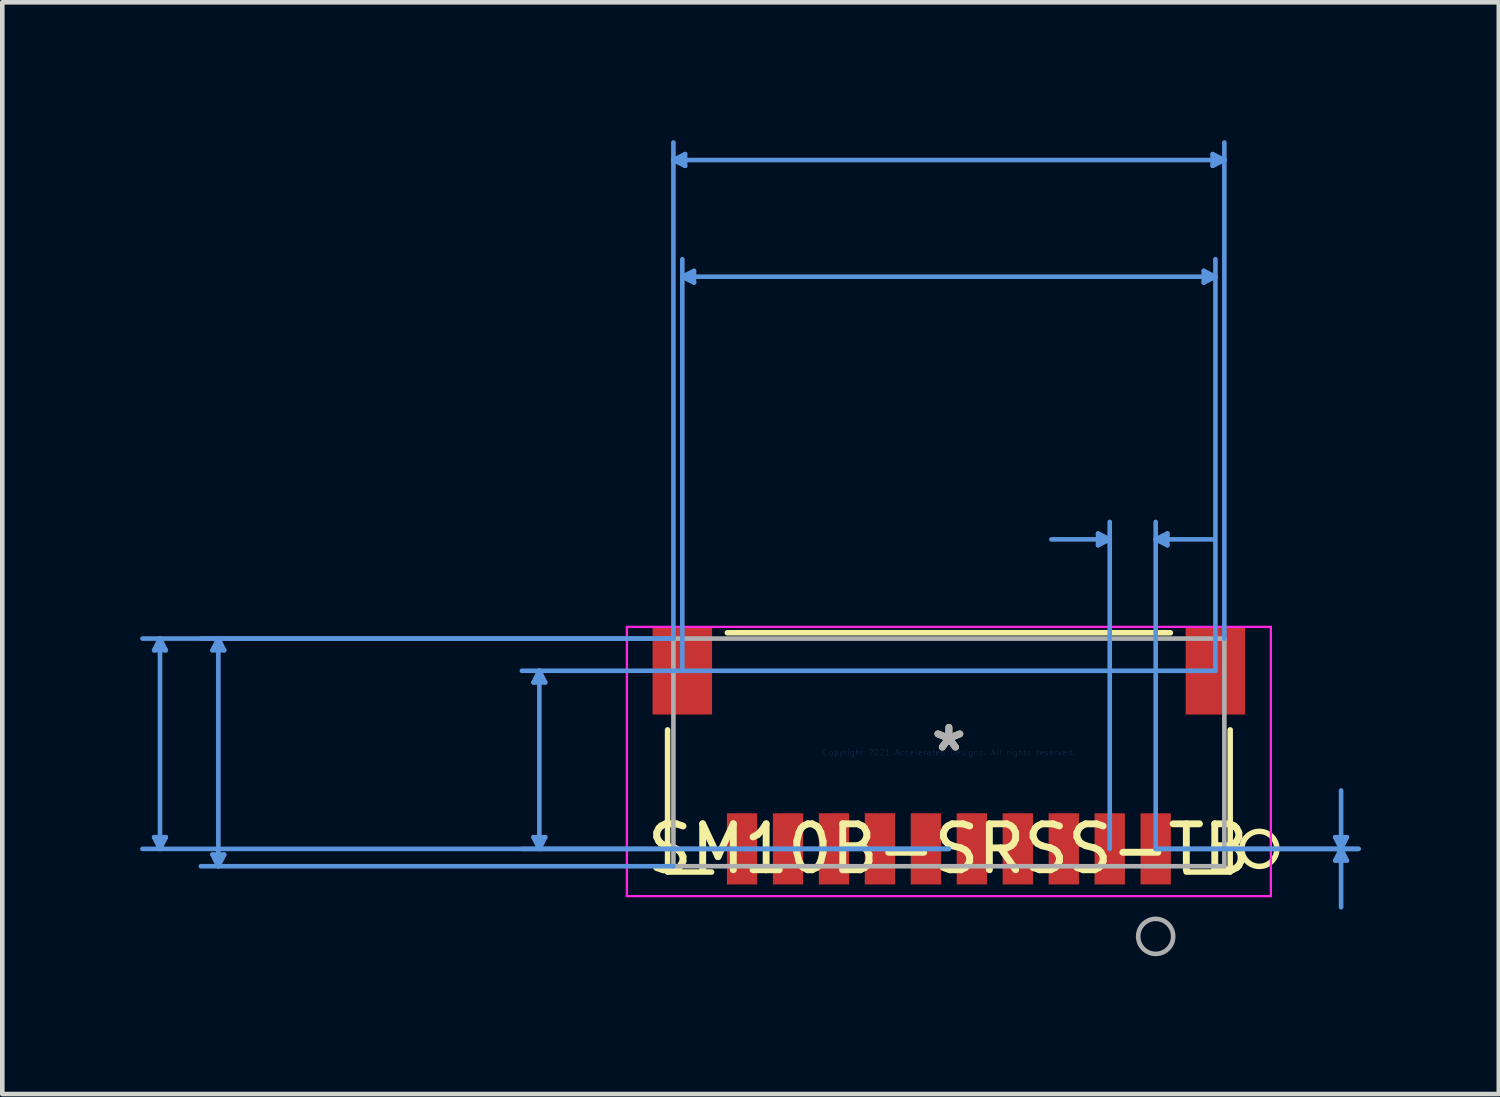
<source format=kicad_pcb>
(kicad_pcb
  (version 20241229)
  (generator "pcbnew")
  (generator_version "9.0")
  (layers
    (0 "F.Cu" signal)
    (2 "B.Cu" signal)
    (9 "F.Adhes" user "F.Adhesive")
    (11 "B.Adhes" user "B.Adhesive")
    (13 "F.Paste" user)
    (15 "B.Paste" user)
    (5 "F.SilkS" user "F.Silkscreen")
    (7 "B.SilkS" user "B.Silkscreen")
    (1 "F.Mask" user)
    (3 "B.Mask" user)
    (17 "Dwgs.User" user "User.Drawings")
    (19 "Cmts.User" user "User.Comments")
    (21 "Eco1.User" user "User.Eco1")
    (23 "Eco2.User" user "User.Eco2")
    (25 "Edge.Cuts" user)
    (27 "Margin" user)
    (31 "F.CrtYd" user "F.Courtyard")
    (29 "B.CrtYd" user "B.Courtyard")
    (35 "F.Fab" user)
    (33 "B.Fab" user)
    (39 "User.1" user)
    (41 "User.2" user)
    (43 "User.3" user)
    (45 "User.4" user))
  (footprint "SM10B-SRSS-TB"
    (layer "F.Cu")
    (at 17.597 13.322)
    (property "Reference" "SM10B-SRSS-TB" (at 0 2.099 0) (layer "F.SilkS") (effects (font (size 1 1) (thickness 0.15))))
    (attr smd)
    (fp_line (start -6.121 -0.491) (end -6.121 2.603) (stroke (width 0.12) (type solid)) (layer "F.SilkS"))
    (fp_line (start -6.121 2.603) (end -5.163 2.603) (stroke (width 0.12) (type solid)) (layer "F.SilkS"))
    (fp_line (start 4.82 -2.603) (end -4.82 -2.603) (stroke (width 0.12) (type solid)) (layer "F.SilkS"))
    (fp_line (start 5.163 2.603) (end 6.121 2.603) (stroke (width 0.12) (type solid)) (layer "F.SilkS"))
    (fp_line (start 6.121 2.603) (end 6.121 -0.491) (stroke (width 0.12) (type solid)) (layer "F.SilkS"))
    (fp_circle (center 6.756 2.099) (end 7.137 2.099) (stroke (width 0.12) (type solid)) (fill no) (layer "F.SilkS"))
    (fp_line (start -17.293 -2.223) (end -17.039 -2.223) (stroke (width 0.1) (type solid)) (layer "Cmts.User"))
    (fp_line (start -17.293 1.845) (end -17.039 1.845) (stroke (width 0.1) (type solid)) (layer "Cmts.User"))
    (fp_line (start -17.166 -2.477) (end -17.293 -2.223) (stroke (width 0.1) (type solid)) (layer "Cmts.User"))
    (fp_line (start -17.166 -2.477) (end -17.166 2.099) (stroke (width 0.1) (type solid)) (layer "Cmts.User"))
    (fp_line (start -17.166 -2.477) (end -17.039 -2.223) (stroke (width 0.1) (type solid)) (layer "Cmts.User"))
    (fp_line (start -17.166 2.099) (end -17.293 1.845) (stroke (width 0.1) (type solid)) (layer "Cmts.User"))
    (fp_line (start -17.166 2.099) (end -17.039 1.845) (stroke (width 0.1) (type solid)) (layer "Cmts.User"))
    (fp_line (start -16.023 -2.223) (end -15.769 -2.223) (stroke (width 0.1) (type solid)) (layer "Cmts.User"))
    (fp_line (start -16.023 2.223) (end -15.769 2.223) (stroke (width 0.1) (type solid)) (layer "Cmts.User"))
    (fp_line (start -15.896 -2.477) (end -16.023 -2.223) (stroke (width 0.1) (type solid)) (layer "Cmts.User"))
    (fp_line (start -15.896 -2.477) (end -15.896 2.477) (stroke (width 0.1) (type solid)) (layer "Cmts.User"))
    (fp_line (start -15.896 -2.477) (end -15.769 -2.223) (stroke (width 0.1) (type solid)) (layer "Cmts.User"))
    (fp_line (start -15.896 2.477) (end -16.023 2.223) (stroke (width 0.1) (type solid)) (layer "Cmts.User"))
    (fp_line (start -15.896 2.477) (end -15.769 2.223) (stroke (width 0.1) (type solid)) (layer "Cmts.User"))
    (fp_line (start -9.038 -1.523) (end -8.784 -1.523) (stroke (width 0.1) (type solid)) (layer "Cmts.User"))
    (fp_line (start -9.038 1.845) (end -8.784 1.845) (stroke (width 0.1) (type solid)) (layer "Cmts.User"))
    (fp_line (start -8.911 -1.777) (end -9.038 -1.523) (stroke (width 0.1) (type solid)) (layer "Cmts.User"))
    (fp_line (start -8.911 -1.777) (end -8.911 2.099) (stroke (width 0.1) (type solid)) (layer "Cmts.User"))
    (fp_line (start -8.911 -1.777) (end -8.784 -1.523) (stroke (width 0.1) (type solid)) (layer "Cmts.User"))
    (fp_line (start -8.911 2.099) (end -9.038 1.845) (stroke (width 0.1) (type solid)) (layer "Cmts.User"))
    (fp_line (start -8.911 2.099) (end -8.784 1.845) (stroke (width 0.1) (type solid)) (layer "Cmts.User"))
    (fp_line (start -5.994 -12.89) (end -5.74 -13.018) (stroke (width 0.1) (type solid)) (layer "Cmts.User"))
    (fp_line (start -5.994 -12.89) (end -5.74 -12.764) (stroke (width 0.1) (type solid)) (layer "Cmts.User"))
    (fp_line (start -5.994 -12.89) (end 5.994 -12.89) (stroke (width 0.1) (type solid)) (layer "Cmts.User"))
    (fp_line (start -5.994 -2.477) (end -17.547 -2.477) (stroke (width 0.1) (type solid)) (layer "Cmts.User"))
    (fp_line (start -5.994 -2.477) (end -16.277 -2.477) (stroke (width 0.1) (type solid)) (layer "Cmts.User"))
    (fp_line (start -5.994 -2.477) (end -5.994 -13.271) (stroke (width 0.1) (type solid)) (layer "Cmts.User"))
    (fp_line (start -5.994 2.477) (end -16.277 2.477) (stroke (width 0.1) (type solid)) (layer "Cmts.User"))
    (fp_line (start -5.8 -10.351) (end -5.546 -10.477) (stroke (width 0.1) (type solid)) (layer "Cmts.User"))
    (fp_line (start -5.8 -10.351) (end -5.546 -10.223) (stroke (width 0.1) (type solid)) (layer "Cmts.User"))
    (fp_line (start -5.8 -10.351) (end 5.8 -10.351) (stroke (width 0.1) (type solid)) (layer "Cmts.User"))
    (fp_line (start -5.8 -1.777) (end -5.8 -10.732) (stroke (width 0.1) (type solid)) (layer "Cmts.User"))
    (fp_line (start -5.74 -13.018) (end -5.74 -12.764) (stroke (width 0.1) (type solid)) (layer "Cmts.User"))
    (fp_line (start -5.546 -10.477) (end -5.546 -10.223) (stroke (width 0.1) (type solid)) (layer "Cmts.User"))
    (fp_line (start 0 2.099) (end -17.547 2.099) (stroke (width 0.1) (type solid)) (layer "Cmts.User"))
    (fp_line (start 0 2.099) (end -9.292 2.099) (stroke (width 0.1) (type solid)) (layer "Cmts.User"))
    (fp_line (start 3.246 -4.763) (end 3.246 -4.508) (stroke (width 0.1) (type solid)) (layer "Cmts.User"))
    (fp_line (start 3.5 -4.636) (end 2.23 -4.636) (stroke (width 0.1) (type solid)) (layer "Cmts.User"))
    (fp_line (start 3.5 -4.636) (end 3.246 -4.763) (stroke (width 0.1) (type solid)) (layer "Cmts.User"))
    (fp_line (start 3.5 -4.636) (end 3.246 -4.508) (stroke (width 0.1) (type solid)) (layer "Cmts.User"))
    (fp_line (start 3.5 2.099) (end 3.5 -5.016) (stroke (width 0.1) (type solid)) (layer "Cmts.User"))
    (fp_line (start 4.5 -4.636) (end 4.754 -4.763) (stroke (width 0.1) (type solid)) (layer "Cmts.User"))
    (fp_line (start 4.5 -4.636) (end 4.754 -4.508) (stroke (width 0.1) (type solid)) (layer "Cmts.User"))
    (fp_line (start 4.5 -4.636) (end 5.77 -4.636) (stroke (width 0.1) (type solid)) (layer "Cmts.User"))
    (fp_line (start 4.5 2.099) (end 4.5 -5.016) (stroke (width 0.1) (type solid)) (layer "Cmts.User"))
    (fp_line (start 4.5 2.099) (end 8.915 2.099) (stroke (width 0.1) (type solid)) (layer "Cmts.User"))
    (fp_line (start 4.5 2.099) (end 8.915 2.099) (stroke (width 0.1) (type solid)) (layer "Cmts.User"))
    (fp_line (start 4.754 -4.763) (end 4.754 -4.508) (stroke (width 0.1) (type solid)) (layer "Cmts.User"))
    (fp_line (start 5.546 -10.477) (end 5.546 -10.223) (stroke (width 0.1) (type solid)) (layer "Cmts.User"))
    (fp_line (start 5.74 -13.018) (end 5.74 -12.764) (stroke (width 0.1) (type solid)) (layer "Cmts.User"))
    (fp_line (start 5.8 -10.351) (end 5.546 -10.477) (stroke (width 0.1) (type solid)) (layer "Cmts.User"))
    (fp_line (start 5.8 -10.351) (end 5.546 -10.223) (stroke (width 0.1) (type solid)) (layer "Cmts.User"))
    (fp_line (start 5.8 -1.777) (end -9.292 -1.777) (stroke (width 0.1) (type solid)) (layer "Cmts.User"))
    (fp_line (start 5.8 -1.777) (end 5.8 -10.732) (stroke (width 0.1) (type solid)) (layer "Cmts.User"))
    (fp_line (start 5.994 -12.89) (end 5.74 -13.018) (stroke (width 0.1) (type solid)) (layer "Cmts.User"))
    (fp_line (start 5.994 -12.89) (end 5.74 -12.764) (stroke (width 0.1) (type solid)) (layer "Cmts.User"))
    (fp_line (start 5.994 -2.477) (end 5.994 -13.271) (stroke (width 0.1) (type solid)) (layer "Cmts.User"))
    (fp_line (start 8.407 1.845) (end 8.661 1.845) (stroke (width 0.1) (type solid)) (layer "Cmts.User"))
    (fp_line (start 8.407 2.353) (end 8.661 2.353) (stroke (width 0.1) (type solid)) (layer "Cmts.User"))
    (fp_line (start 8.534 2.099) (end 8.407 1.845) (stroke (width 0.1) (type solid)) (layer "Cmts.User"))
    (fp_line (start 8.534 2.099) (end 8.407 2.353) (stroke (width 0.1) (type solid)) (layer "Cmts.User"))
    (fp_line (start 8.534 2.099) (end 8.534 0.829) (stroke (width 0.1) (type solid)) (layer "Cmts.User"))
    (fp_line (start 8.534 2.099) (end 8.534 3.369) (stroke (width 0.1) (type solid)) (layer "Cmts.User"))
    (fp_line (start 8.534 2.099) (end 8.661 1.845) (stroke (width 0.1) (type solid)) (layer "Cmts.User"))
    (fp_line (start 8.534 2.099) (end 8.661 2.353) (stroke (width 0.1) (type solid)) (layer "Cmts.User"))
    (fp_line (start -7.006 -2.731) (end -7.006 3.127) (stroke (width 0.05) (type solid)) (layer "F.CrtYd"))
    (fp_line (start -7.006 3.127) (end 7.006 3.127) (stroke (width 0.05) (type solid)) (layer "F.CrtYd"))
    (fp_line (start 7.006 -2.731) (end -7.006 -2.731) (stroke (width 0.05) (type solid)) (layer "F.CrtYd"))
    (fp_line (start 7.006 3.127) (end 7.006 -2.731) (stroke (width 0.05) (type solid)) (layer "F.CrtYd"))
    (fp_line (start -5.994 -2.477) (end -5.994 2.477) (stroke (width 0.1) (type solid)) (layer "F.Fab"))
    (fp_line (start -5.994 2.477) (end 5.994 2.477) (stroke (width 0.1) (type solid)) (layer "F.Fab"))
    (fp_line (start 5.994 -2.477) (end -5.994 -2.477) (stroke (width 0.1) (type solid)) (layer "F.Fab"))
    (fp_line (start 5.994 2.477) (end 5.994 -2.477) (stroke (width 0.1) (type solid)) (layer "F.Fab"))
    (fp_circle (center 4.5 4.003) (end 4.881 4.003) (stroke (width 0.1) (type solid)) (fill no) (layer "F.Fab"))
    (fp_text user "*" (at 0 0 0) (layer "F.SilkS") (effects (font (size 1 1) (thickness 0.15))))
    (fp_text user "Copyright 2021 Accelerated Designs. All rights reserved." (at 0 0 0) (layer "Cmts.User") (effects (font (size 0.127 0.127) (thickness 0.002))))
    (fp_text user "*" (at 0 0 0) (layer "F.Fab") (effects (font (size 1 1) (thickness 0.15))))
    (pad "1" smd rect (at 4.5 2.099) (size 0.66 1.549) (layers "F.Cu" "F.Mask" "F.Paste"))
    (pad "2" smd rect (at 3.5 2.099) (size 0.66 1.549) (layers "F.Cu" "F.Mask" "F.Paste"))
    (pad "3" smd rect (at 2.5 2.099) (size 0.66 1.549) (layers "F.Cu" "F.Mask" "F.Paste"))
    (pad "4" smd rect (at 1.5 2.099) (size 0.66 1.549) (layers "F.Cu" "F.Mask" "F.Paste"))
    (pad "5" smd rect (at 0.5 2.099) (size 0.66 1.549) (layers "F.Cu" "F.Mask" "F.Paste"))
    (pad "6" smd rect (at -0.5 2.099) (size 0.66 1.549) (layers "F.Cu" "F.Mask" "F.Paste"))
    (pad "7" smd rect (at -1.5 2.099) (size 0.66 1.549) (layers "F.Cu" "F.Mask" "F.Paste"))
    (pad "8" smd rect (at -2.5 2.099) (size 0.66 1.549) (layers "F.Cu" "F.Mask" "F.Paste"))
    (pad "9" smd rect (at -3.5 2.099) (size 0.66 1.549) (layers "F.Cu" "F.Mask" "F.Paste"))
    (pad "10" smd rect (at -4.5 2.099) (size 0.66 1.549) (layers "F.Cu" "F.Mask" "F.Paste"))
    (pad "11" smd rect (at -5.8 -1.777 90) (size 1.905 1.295) (layers "F.Cu" "F.Mask" "F.Paste"))
    (pad "12" smd rect (at 5.8 -1.777 90) (size 1.905 1.295) (layers "F.Cu" "F.Mask" "F.Paste")))
  (gr_rect
    (start -3 -3)
    (end 29.563 20.756)
    (stroke (width 0.1) (type default))
    (fill no)
    (layer "Edge.Cuts")))
</source>
